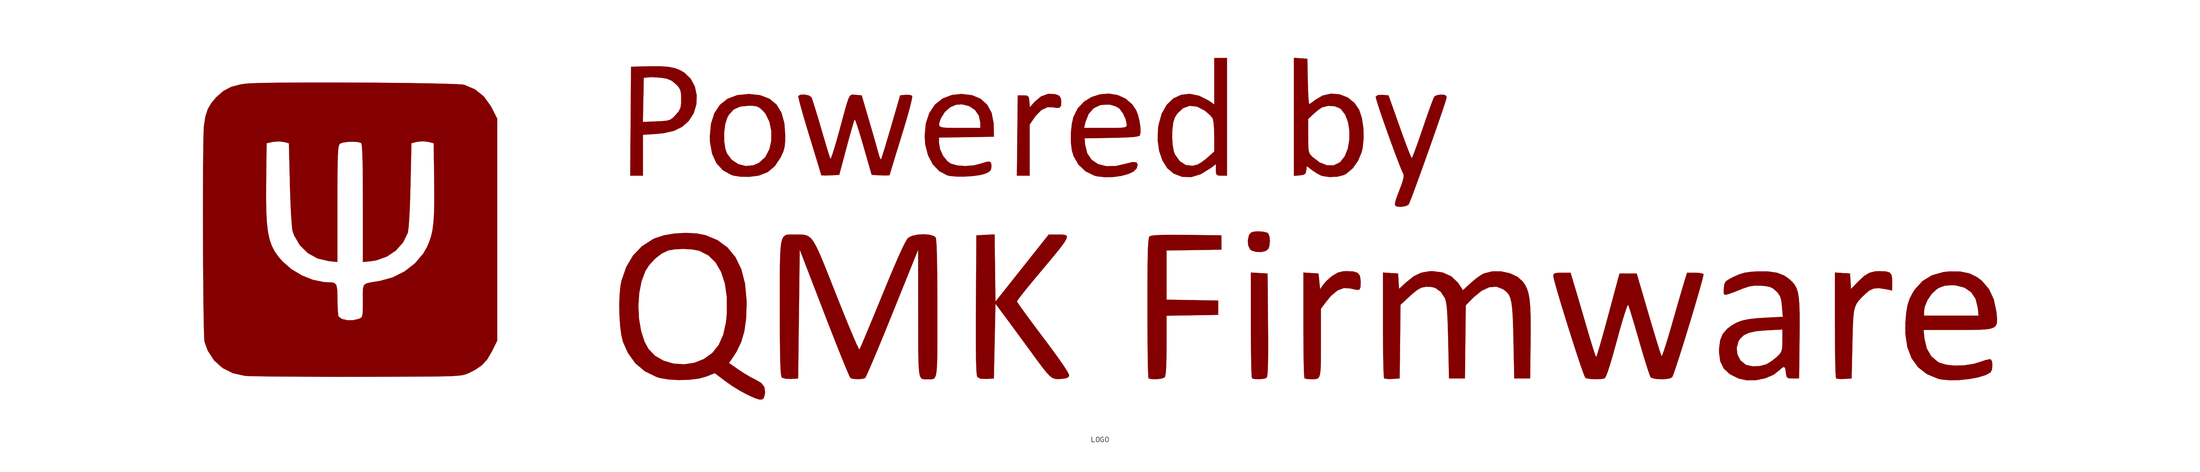
<source format=kicad_sym>
(kicad_symbol_lib
  (version 20210619)
  (generator bitmap2component)
  (symbol "LOGO"
    (pin_names
      (offset 1.016))
    (property "Reference" "#G"
      (at 0 49.354 0)
      (effects (font (size 1.27 1.27)) hide))
    (symbol "LOGO_0_0"
      (polyline (pts (xy -54.874 -29.101) (xy -54.595 -28.817) (xy -54.435 -28.266) (xy -54.385 -27.896) (xy -54.5 -26.998) (xy -55.047 -26.291) (xy -56.081 -25.693) (xy -56.841 -25.308) (xy -57.89 -24.694) (xy -58.905 -24.028) (xy -60.509 -22.903) (xy -59.737 -21.781) (xy -59.213 -20.956) (xy -58.428 -19.317) (xy -57.903 -17.498) (xy -57.61 -15.39) (xy -57.522 -12.882) (xy -57.529 -12.295) (xy -57.788 -9.454) (xy -58.412 -7.004) (xy -59.402 -4.949) (xy -60.754 -3.292) (xy -62.468 -2.033) (xy -64.543 -1.176) (xy -66.029 -0.891) (xy -67.881 -0.797) (xy -69.806 -0.91) (xy -71.608 -1.22) (xy -73.093 -1.712) (xy -73.435 -1.877) (xy -75.305 -3.077) (xy -76.801 -4.633) (xy -77.949 -6.575) (xy -78.774 -8.936) (xy -78.944 -9.818) (xy -79.091 -11.335) (xy -79.145 -13.083) (xy -79.143 -13.203) (xy -75.899 -13.203) (xy -75.757 -11.037) (xy -75.363 -9.021) (xy -74.71 -7.289) (xy -74.088 -6.309) (xy -73.075 -5.195) (xy -71.931 -4.306) (xy -70.813 -3.783) (xy -69.702 -3.591) (xy -68.263 -3.525) (xy -66.822 -3.602) (xy -65.641 -3.821) (xy -65.499 -3.866) (xy -64.007 -4.631) (xy -62.783 -5.839) (xy -61.843 -7.457) (xy -61.201 -9.451) (xy -60.872 -11.79) (xy -60.871 -14.44) (xy -61.019 -15.967) (xy -61.491 -18.108) (xy -62.264 -19.841) (xy -63.358 -21.204) (xy -64.79 -22.233) (xy -66.375 -22.862) (xy -68.157 -23.128) (xy -69.942 -23.006) (xy -71.616 -22.517) (xy -73.069 -21.679) (xy -74.188 -20.515) (xy -74.855 -19.28) (xy -75.442 -17.457) (xy -75.792 -15.387) (xy -75.899 -13.203) (xy -79.143 -13.203) (xy -79.111 -14.909) (xy -78.992 -16.659) (xy -78.792 -18.181) (xy -78.514 -19.32) (xy -77.677 -21.2) (xy -76.412 -22.959) (xy -74.8 -24.313) (xy -72.822 -25.284) (xy -72.244 -25.457) (xy -70.746 -25.709) (xy -69.022 -25.807) (xy -67.26 -25.755) (xy -65.645 -25.554) (xy -64.365 -25.205) (xy -62.933 -24.631) (xy -61.122 -26.003) (xy -61.108 -26.014) (xy -59.94 -26.826) (xy -58.618 -27.639) (xy -57.428 -28.279) (xy -57.283 -28.348) (xy -56.133 -28.866) (xy -55.358 -29.117) (xy -54.874 -29.101)) (stroke (width 0.01)) (fill (type outline)))
      (polyline (pts (xy 113.882 -25.824) (xy 115.455 -25.497) (xy 116.857 -24.904) (xy 117.922 -24.078) (xy 118.184 -23.806) (xy 118.592 -23.551) (xy 118.825 -23.781) (xy 118.945 -24.522) (xy 118.972 -24.816) (xy 119.091 -25.313) (xy 119.415 -25.504) (xy 120.11 -25.535) (xy 121.19 -25.535) (xy 121.266 -18.645) (xy 121.282 -16.685) (xy 121.279 -14.691) (xy 121.238 -13.116) (xy 121.148 -11.891) (xy 120.997 -10.95) (xy 120.774 -10.225) (xy 120.467 -9.648) (xy 120.065 -9.153) (xy 119.555 -8.671) (xy 118.656 -8.038) (xy 117.44 -7.57) (xy 115.923 -7.348) (xy 114.004 -7.348) (xy 113.148 -7.401) (xy 112.019 -7.549) (xy 111.073 -7.817) (xy 110.086 -8.255) (xy 109.786 -8.406) (xy 109.051 -8.81) (xy 108.653 -9.158) (xy 108.477 -9.588) (xy 108.406 -10.235) (xy 108.382 -10.608) (xy 108.396 -11.142) (xy 108.562 -11.322) (xy 108.946 -11.273) (xy 109.473 -11.109) (xy 110.329 -10.793) (xy 111.304 -10.399) (xy 111.641 -10.261) (xy 112.692 -9.905) (xy 113.637 -9.761) (xy 114.758 -9.78) (xy 115.374 -9.829) (xy 116.18 -9.97) (xy 116.757 -10.242) (xy 117.309 -10.72) (xy 117.595 -11.026) (xy 117.957 -11.576) (xy 118.161 -12.27) (xy 118.281 -13.306) (xy 118.421 -15.06) (xy 115.483 -15.207) (xy 114.071 -15.296) (xy 112.606 -15.461) (xy 111.469 -15.707) (xy 110.54 -16.062) (xy 109.699 -16.553) (xy 108.989 -17.093) (xy 108.218 -17.976) (xy 107.785 -19.05) (xy 107.621 -20.344) (xy 110.59 -20.344) (xy 110.898 -19.232) (xy 111.18 -18.777) (xy 111.818 -18.174) (xy 112.73 -17.757) (xy 114.001 -17.493) (xy 115.719 -17.349) (xy 118.353 -17.221) (xy 118.353 -19.096) (xy 118.353 -19.36) (xy 118.323 -20.278) (xy 118.205 -20.873) (xy 117.942 -21.322) (xy 117.475 -21.804) (xy 117.308 -21.956) (xy 116.498 -22.594) (xy 115.732 -23.073) (xy 115.629 -23.122) (xy 114.537 -23.421) (xy 113.321 -23.47) (xy 112.273 -23.253) (xy 112.091 -23.169) (xy 111.238 -22.464) (xy 110.721 -21.472) (xy 110.59 -20.344) (xy 107.621 -20.344) (xy 107.605 -20.477) (xy 107.592 -21.04) (xy 107.791 -22.613) (xy 108.389 -23.849) (xy 109.425 -24.81) (xy 110.938 -25.554) (xy 112.305 -25.849) (xy 113.882 -25.824)) (stroke (width 0.01)) (fill (type outline)))
      (polyline (pts (xy 148.396 -25.807) (xy 150.017 -25.642) (xy 151.535 -25.361) (xy 152.805 -24.98) (xy 153.684 -24.518) (xy 153.705 -24.499) (xy 153.928 -24.036) (xy 154.013 -23.348) (xy 153.956 -22.684) (xy 153.748 -22.29) (xy 153.453 -22.279) (xy 152.784 -22.428) (xy 151.924 -22.718) (xy 150.881 -23.035) (xy 149.289 -23.294) (xy 147.662 -23.352) (xy 146.178 -23.205) (xy 145.013 -22.849) (xy 144.747 -22.707) (xy 143.639 -21.759) (xy 142.87 -20.436) (xy 142.483 -18.809) (xy 142.327 -17.294) (xy 147.979 -17.294) (xy 149.853 -17.291) (xy 151.554 -17.269) (xy 152.825 -17.203) (xy 153.726 -17.069) (xy 154.314 -16.842) (xy 154.649 -16.498) (xy 154.79 -16.013) (xy 154.797 -15.363) (xy 154.727 -14.524) (xy 154.696 -14.216) (xy 154.246 -12.088) (xy 153.428 -10.338) (xy 152.23 -8.943) (xy 151.458 -8.347) (xy 150.108 -7.681) (xy 148.535 -7.361) (xy 146.618 -7.353) (xy 145.686 -7.455) (xy 143.753 -8.001) (xy 142.144 -8.978) (xy 140.863 -10.382) (xy 140.467 -10.99) (xy 139.944 -12.002) (xy 139.593 -13.089) (xy 139.417 -14.136) (xy 142.402 -14.136) (xy 142.515 -13.381) (xy 142.984 -12.237) (xy 143.709 -11.163) (xy 144.571 -10.366) (xy 145.024 -10.097) (xy 145.933 -9.778) (xy 147.082 -9.689) (xy 147.763 -9.723) (xy 149.254 -10.099) (xy 150.395 -10.876) (xy 151.162 -12.031) (xy 151.532 -13.545) (xy 151.658 -14.862) (xy 142.402 -14.862) (xy 142.402 -14.136) (xy 139.417 -14.136) (xy 139.372 -14.406) (xy 139.236 -16.106) (xy 139.231 -17.944) (xy 139.564 -20.205) (xy 140.29 -22.107) (xy 141.404 -23.641) (xy 142.902 -24.801) (xy 144.781 -25.581) (xy 145.423 -25.719) (xy 146.817 -25.838) (xy 148.396 -25.807)) (stroke (width 0.01)) (fill (type outline)))
      (polyline (pts (xy -25.968 -25.662) (xy -25.723 -25.571) (xy -25.531 -25.359) (xy -25.385 -24.981) (xy -25.279 -24.388) (xy -25.207 -23.536) (xy -25.162 -22.376) (xy -25.139 -20.863) (xy -25.13 -18.949) (xy -25.129 -16.589) (xy -25.13 -13.734) (xy -25.133 -11.656) (xy -25.148 -8.779) (xy -25.176 -6.361) (xy -25.216 -4.418) (xy -25.269 -2.967) (xy -25.334 -2.023) (xy -25.41 -1.603) (xy -25.694 -1.35) (xy -26.417 -1.124) (xy -27.379 -1.036) (xy -28.414 -1.086) (xy -29.357 -1.276) (xy -30.044 -1.603) (xy -30.23 -1.813) (xy -30.578 -2.389) (xy -31.051 -3.326) (xy -31.661 -4.653) (xy -32.422 -6.399) (xy -33.347 -8.592) (xy -34.449 -11.263) (xy -34.451 -11.269) (xy -35.31 -13.362) (xy -36.109 -15.298) (xy -36.825 -17.019) (xy -37.433 -18.468) (xy -37.908 -19.588) (xy -38.229 -20.322) (xy -38.369 -20.613) (xy -38.377 -20.614) (xy -38.541 -20.35) (xy -38.874 -19.642) (xy -39.354 -18.546) (xy -39.959 -17.114) (xy -40.666 -15.4) (xy -41.453 -13.456) (xy -42.297 -11.337) (xy -42.9 -9.809) (xy -43.796 -7.544) (xy -44.537 -5.708) (xy -45.154 -4.257) (xy -45.677 -3.144) (xy -46.136 -2.327) (xy -46.563 -1.758) (xy -46.989 -1.395) (xy -47.443 -1.19) (xy -47.956 -1.099) (xy -48.56 -1.078) (xy -49.285 -1.081) (xy -49.613 -1.078) (xy -50.165 -1.073) (xy -50.619 -1.108) (xy -50.986 -1.228) (xy -51.274 -1.479) (xy -51.493 -1.906) (xy -51.652 -2.555) (xy -51.761 -3.471) (xy -51.829 -4.699) (xy -51.866 -6.286) (xy -51.88 -8.277) (xy -51.882 -10.717) (xy -51.881 -13.652) (xy -51.881 -14.105) (xy -51.876 -16.976) (xy -51.863 -19.352) (xy -51.84 -21.269) (xy -51.806 -22.769) (xy -51.761 -23.889) (xy -51.703 -24.668) (xy -51.632 -25.144) (xy -51.544 -25.358) (xy -51.463 -25.42) (xy -50.867 -25.592) (xy -49.991 -25.615) (xy -48.773 -25.535) (xy -48.503 -3.648) (xy -44.343 -14.456) (xy -43.819 -15.813) (xy -42.96 -18.019) (xy -42.164 -20.037) (xy -41.453 -21.815) (xy -40.848 -23.299) (xy -40.37 -24.437) (xy -40.042 -25.177) (xy -39.885 -25.463) (xy -39.859 -25.479) (xy -39.364 -25.609) (xy -38.64 -25.662) (xy -38.567 -25.661) (xy -37.855 -25.599) (xy -37.4 -25.463) (xy -37.325 -25.346) (xy -37.054 -24.781) (xy -36.618 -23.798) (xy -36.04 -22.45) (xy -35.342 -20.789) (xy -34.545 -18.869) (xy -33.673 -16.74) (xy -32.748 -14.456) (xy -28.39 -3.648) (xy -28.381 -14.495) (xy -28.38 -16.851) (xy -28.378 -19.186) (xy -28.367 -21.069) (xy -28.342 -22.55) (xy -28.294 -23.675) (xy -28.218 -24.494) (xy -28.105 -25.055) (xy -27.948 -25.405) (xy -27.742 -25.593) (xy -27.478 -25.668) (xy -27.15 -25.678) (xy -26.751 -25.67) (xy -26.64 -25.671) (xy -26.271 -25.68) (xy -25.968 -25.662)) (stroke (width 0.01)) (fill (type outline)))
      (polyline (pts (xy -4.196 -25.615) (xy -3.409 -25.533) (xy -2.93 -25.355) (xy -2.748 -25.037) (xy -2.76 -24.939) (xy -3.022 -24.402) (xy -3.607 -23.479) (xy -4.497 -22.192) (xy -5.679 -20.562) (xy -7.136 -18.613) (xy -7.227 -18.493) (xy -8.394 -16.94) (xy -9.443 -15.527) (xy -10.332 -14.313) (xy -11.019 -13.354) (xy -11.462 -12.709) (xy -11.619 -12.436) (xy -11.608 -12.402) (xy -11.359 -12.033) (xy -10.825 -11.334) (xy -10.057 -10.372) (xy -9.108 -9.211) (xy -8.03 -7.916) (xy -7.813 -7.659) (xy -6.29 -5.846) (xy -5.091 -4.401) (xy -4.196 -3.282) (xy -3.584 -2.448) (xy -3.236 -1.856) (xy -3.132 -1.466) (xy -3.251 -1.235) (xy -3.574 -1.121) (xy -4.081 -1.084) (xy -4.751 -1.081) (xy -6.228 -1.081) (xy -10.747 -6.777) (xy -15.267 -12.472) (xy -15.413 -1.054) (xy -18.51 -1.216) (xy -18.58 -13.074) (xy -18.593 -15.77) (xy -18.597 -18.407) (xy -18.588 -20.564) (xy -18.566 -22.276) (xy -18.53 -23.573) (xy -18.48 -24.491) (xy -18.415 -25.06) (xy -18.334 -25.314) (xy -17.796 -25.578) (xy -16.777 -25.616) (xy -15.537 -25.535) (xy -15.267 -12.835) (xy -13.363 -15.402) (xy -12.479 -16.599) (xy -11.379 -18.095) (xy -10.237 -19.651) (xy -9.196 -21.077) (xy -8.145 -22.516) (xy -7.266 -23.691) (xy -6.591 -24.532) (xy -6.06 -25.094) (xy -5.615 -25.429) (xy -5.195 -25.592) (xy -4.742 -25.636) (xy -4.196 -25.615)) (stroke (width 0.01)) (fill (type outline)))
      (polyline (pts (xy 12.278 -25.648) (xy 13.01 -25.537) (xy 13.457 -25.346) (xy 13.552 -25.145) (xy 13.655 -24.526) (xy 13.727 -23.478) (xy 13.768 -21.965) (xy 13.781 -19.948) (xy 13.781 -14.875) (xy 18.172 -14.801) (xy 22.563 -14.727) (xy 22.563 -12.295) (xy 18.172 -12.22) (xy 13.781 -12.146) (xy 13.781 -3.796) (xy 18.442 -3.722) (xy 23.103 -3.648) (xy 23.103 -1.216) (xy 17.193 -1.143) (xy 14.989 -1.127) (xy 13.277 -1.142) (xy 12.047 -1.188) (xy 11.268 -1.266) (xy 10.91 -1.379) (xy 10.896 -1.392) (xy 10.806 -1.575) (xy 10.733 -1.945) (xy 10.673 -2.547) (xy 10.626 -3.425) (xy 10.591 -4.624) (xy 10.566 -6.186) (xy 10.55 -8.157) (xy 10.541 -10.579) (xy 10.538 -13.499) (xy 10.54 -15.17) (xy 10.549 -17.54) (xy 10.565 -19.704) (xy 10.587 -21.607) (xy 10.614 -23.193) (xy 10.646 -24.406) (xy 10.681 -25.19) (xy 10.718 -25.49) (xy 10.885 -25.578) (xy 11.492 -25.666) (xy 12.278 -25.648)) (stroke (width 0.01)) (fill (type outline)))
      (polyline (pts (xy 30.245 -25.594) (xy 30.741 -25.445) (xy 30.776 -25.41) (xy 30.866 -25.153) (xy 30.935 -24.633) (xy 30.984 -23.803) (xy 31.015 -22.617) (xy 31.029 -21.03) (xy 31.027 -18.994) (xy 31.011 -16.465) (xy 30.939 -7.701) (xy 29.521 -7.619) (xy 28.102 -7.538) (xy 28.102 -16.424) (xy 28.104 -17.827) (xy 28.116 -19.861) (xy 28.137 -21.679) (xy 28.165 -23.216) (xy 28.199 -24.406) (xy 28.239 -25.186) (xy 28.282 -25.49) (xy 28.321 -25.52) (xy 28.794 -25.636) (xy 29.516 -25.659) (xy 30.245 -25.594)) (stroke (width 0.01)) (fill (type outline)))
      (polyline (pts (xy 39.087 -25.652) (xy 39.437 -25.549) (xy 39.683 -25.297) (xy 39.843 -24.831) (xy 39.936 -24.085) (xy 39.979 -22.994) (xy 39.991 -21.494) (xy 39.992 -19.518) (xy 39.992 -13.695) (xy 41.05 -12.293) (xy 41.703 -11.509) (xy 42.806 -10.584) (xy 43.913 -10.171) (xy 45.058 -10.254) (xy 45.344 -10.332) (xy 46.132 -10.502) (xy 46.551 -10.417) (xy 46.717 -10.007) (xy 46.747 -9.197) (xy 46.742 -8.904) (xy 46.613 -8.086) (xy 46.239 -7.596) (xy 45.524 -7.358) (xy 44.373 -7.296) (xy 43.767 -7.322) (xy 42.854 -7.55) (xy 41.933 -8.101) (xy 41.596 -8.362) (xy 40.855 -9.038) (xy 40.339 -9.647) (xy 39.856 -10.388) (xy 39.586 -7.701) (xy 38.303 -7.619) (xy 37.019 -7.536) (xy 37.019 -16.423) (xy 37.021 -17.827) (xy 37.033 -19.861) (xy 37.054 -21.679) (xy 37.082 -23.216) (xy 37.117 -24.406) (xy 37.156 -25.186) (xy 37.199 -25.49) (xy 37.207 -25.497) (xy 37.598 -25.62) (xy 38.258 -25.67) (xy 38.614 -25.672) (xy 39.087 -25.652)) (stroke (width 0.01)) (fill (type outline)))
      (polyline (pts (xy 52.141 -25.615) (xy 53.367 -25.535) (xy 53.512 -13.019) (xy 55.144 -11.509) (xy 55.447 -11.231) (xy 56.332 -10.506) (xy 57.073 -10.102) (xy 57.832 -9.953) (xy 58.771 -9.989) (xy 59.425 -10.163) (xy 60.335 -10.815) (xy 61.02 -11.843) (xy 61.085 -11.999) (xy 61.224 -12.488) (xy 61.334 -13.167) (xy 61.422 -14.106) (xy 61.493 -15.375) (xy 61.553 -17.045) (xy 61.606 -19.185) (xy 61.744 -25.535) (xy 64.446 -25.535) (xy 64.591 -13.115) (xy 65.734 -11.94) (xy 65.923 -11.751) (xy 67.289 -10.636) (xy 68.591 -10.032) (xy 69.811 -9.944) (xy 70.931 -10.379) (xy 71.125 -10.51) (xy 71.555 -10.862) (xy 71.891 -11.284) (xy 72.147 -11.844) (xy 72.334 -12.608) (xy 72.469 -13.643) (xy 72.563 -15.017) (xy 72.631 -16.797) (xy 72.686 -19.05) (xy 72.822 -25.535) (xy 75.525 -25.535) (xy 75.597 -19.069) (xy 75.611 -17.119) (xy 75.598 -15.07) (xy 75.54 -13.437) (xy 75.43 -12.149) (xy 75.256 -11.137) (xy 75.01 -10.331) (xy 74.684 -9.662) (xy 74.267 -9.061) (xy 73.379 -8.272) (xy 72.087 -7.661) (xy 70.602 -7.338) (xy 69.083 -7.335) (xy 67.685 -7.685) (xy 67.128 -7.991) (xy 66.278 -8.593) (xy 65.434 -9.308) (xy 64.115 -10.543) (xy 63.384 -9.438) (xy 63.238 -9.23) (xy 62.129 -8.182) (xy 60.686 -7.53) (xy 58.965 -7.302) (xy 58.425 -7.315) (xy 57.037 -7.558) (xy 55.778 -8.158) (xy 54.48 -9.187) (xy 53.263 -10.308) (xy 53.097 -7.701) (xy 51.813 -7.619) (xy 50.53 -7.536) (xy 50.53 -16.423) (xy 50.532 -17.825) (xy 50.545 -19.861) (xy 50.567 -21.68) (xy 50.597 -23.219) (xy 50.634 -24.413) (xy 50.676 -25.195) (xy 50.722 -25.503) (xy 50.828 -25.554) (xy 51.364 -25.624) (xy 52.141 -25.615)) (stroke (width 0.01)) (fill (type outline)))
      (polyline (pts (xy 98.384 -25.652) (xy 99.206 -25.535) (xy 99.635 -25.332) (xy 99.76 -25.062) (xy 100.025 -24.336) (xy 100.394 -23.239) (xy 100.847 -21.845) (xy 101.359 -20.228) (xy 101.908 -18.462) (xy 102.473 -16.62) (xy 103.03 -14.777) (xy 103.557 -13.005) (xy 104.032 -11.379) (xy 104.433 -9.973) (xy 104.736 -8.861) (xy 104.92 -8.115) (xy 104.962 -7.811) (xy 104.835 -7.729) (xy 104.285 -7.612) (xy 103.486 -7.566) (xy 102.162 -7.566) (xy 101.644 -9.255) (xy 101.618 -9.34) (xy 101.365 -10.19) (xy 101.001 -11.434) (xy 100.559 -12.96) (xy 100.07 -14.659) (xy 99.567 -16.421) (xy 99.403 -16.996) (xy 98.945 -18.548) (xy 98.537 -19.873) (xy 98.202 -20.896) (xy 97.963 -21.545) (xy 97.845 -21.747) (xy 97.73 -21.459) (xy 97.485 -20.721) (xy 97.133 -19.602) (xy 96.696 -18.17) (xy 96.194 -16.496) (xy 95.649 -14.648) (xy 93.616 -7.701) (xy 90.687 -7.701) (xy 88.785 -14.794) (xy 88.757 -14.898) (xy 88.254 -16.754) (xy 87.791 -18.423) (xy 87.388 -19.838) (xy 87.064 -20.932) (xy 86.84 -21.637) (xy 86.733 -21.887) (xy 86.73 -21.886) (xy 86.604 -21.611) (xy 86.358 -20.9) (xy 86.017 -19.834) (xy 85.608 -18.493) (xy 85.156 -16.956) (xy 84.752 -15.565) (xy 84.243 -13.819) (xy 83.764 -12.185) (xy 83.355 -10.798) (xy 83.055 -9.795) (xy 82.382 -7.566) (xy 80.912 -7.566) (xy 80.503 -7.57) (xy 79.83 -7.624) (xy 79.518 -7.777) (xy 79.442 -8.073) (xy 79.473 -8.288) (xy 79.643 -8.993) (xy 79.939 -10.073) (xy 80.34 -11.454) (xy 80.821 -13.062) (xy 81.359 -14.822) (xy 81.931 -16.66) (xy 82.513 -18.501) (xy 83.082 -20.27) (xy 83.614 -21.894) (xy 84.086 -23.298) (xy 84.475 -24.407) (xy 84.757 -25.147) (xy 84.908 -25.443) (xy 85.142 -25.529) (xy 85.843 -25.628) (xy 86.73 -25.663) (xy 87.58 -25.628) (xy 88.171 -25.518) (xy 88.381 -25.201) (xy 88.703 -24.374) (xy 89.129 -23.057) (xy 89.653 -21.266) (xy 90.27 -19.021) (xy 90.602 -17.802) (xy 91.069 -16.159) (xy 91.478 -14.8) (xy 91.81 -13.785) (xy 92.047 -13.175) (xy 92.17 -13.029) (xy 92.212 -13.13) (xy 92.4 -13.693) (xy 92.701 -14.66) (xy 93.09 -15.951) (xy 93.542 -17.487) (xy 94.035 -19.188) (xy 94.262 -19.974) (xy 94.746 -21.609) (xy 95.186 -23.042) (xy 95.555 -24.193) (xy 95.829 -24.983) (xy 95.982 -25.332) (xy 96.173 -25.455) (xy 96.846 -25.612) (xy 97.817 -25.67) (xy 98.384 -25.652)) (stroke (width 0.01)) (fill (type outline)))
      (polyline (pts (xy 128.881 -25.615) (xy 130.107 -25.535) (xy 130.243 -19.59) (xy 130.275 -18.152) (xy 130.325 -16.451) (xy 130.395 -15.15) (xy 130.509 -14.166) (xy 130.688 -13.417) (xy 130.955 -12.82) (xy 131.331 -12.291) (xy 131.839 -11.748) (xy 132.5 -11.108) (xy 133.053 -10.641) (xy 133.826 -10.267) (xy 134.746 -10.192) (xy 135.985 -10.382) (xy 136.998 -10.598) (xy 136.998 -9.114) (xy 136.988 -8.608) (xy 136.872 -7.908) (xy 136.537 -7.515) (xy 135.877 -7.341) (xy 134.786 -7.299) (xy 134.109 -7.332) (xy 133.134 -7.577) (xy 132.221 -8.131) (xy 131.207 -9.076) (xy 130.005 -10.331) (xy 129.921 -9.016) (xy 129.837 -7.701) (xy 128.554 -7.619) (xy 127.27 -7.536) (xy 127.27 -16.423) (xy 127.273 -17.825) (xy 127.285 -19.861) (xy 127.307 -21.68) (xy 127.337 -23.219) (xy 127.374 -24.413) (xy 127.416 -25.195) (xy 127.463 -25.503) (xy 127.569 -25.554) (xy 128.104 -25.624) (xy 128.881 -25.615)) (stroke (width 0.01)) (fill (type outline)))
      (polyline (pts (xy -123.487 -25.246) (xy -120.521 -25.242) (xy -117.446 -25.236) (xy -114.834 -25.228) (xy -112.643 -25.217) (xy -110.833 -25.202) (xy -109.36 -25.18) (xy -108.183 -25.151) (xy -107.261 -25.114) (xy -106.551 -25.066) (xy -106.012 -25.007) (xy -105.601 -24.935) (xy -105.277 -24.848) (xy -104.998 -24.746) (xy -104.722 -24.627) (xy -103.69 -24.12) (xy -102.475 -23.293) (xy -101.545 -22.267) (xy -100.748 -20.897) (xy -99.862 -19.099) (xy -99.862 18.601) (xy -100.801 20.447) (xy -100.962 20.75) (xy -102.146 22.386) (xy -103.648 23.585) (xy -105.476 24.357) (xy -105.669 24.389) (xy -106.413 24.446) (xy -107.611 24.499) (xy -109.206 24.547) (xy -111.142 24.591) (xy -113.362 24.63) (xy -115.81 24.664) (xy -118.43 24.693) (xy -121.165 24.716) (xy -123.959 24.733) (xy -126.755 24.743) (xy -129.498 24.747) (xy -132.13 24.744) (xy -134.596 24.733) (xy -136.839 24.715) (xy -138.803 24.689) (xy -140.431 24.655) (xy -141.666 24.612) (xy -142.454 24.561) (xy -143.449 24.426) (xy -145.054 24.001) (xy -146.378 23.297) (xy -147.574 22.248) (xy -148.37 21.315) (xy -149.017 20.222) (xy -149.423 18.961) (xy -149.669 17.349) (xy -149.702 16.847) (xy -149.737 15.804) (xy -149.767 14.348) (xy -149.791 12.536) (xy -149.809 10.423) (xy -149.822 8.065) (xy -149.829 5.519) (xy -149.829 5.175) (xy -139.118 5.175) (xy -139.102 7.959) (xy -139.024 14.432) (xy -137.986 14.648) (xy -137.895 14.665) (xy -136.949 14.735) (xy -136.094 14.643) (xy -135.242 14.423) (xy -135.071 7.414) (xy -135.024 5.796) (xy -134.953 3.953) (xy -134.87 2.313) (xy -134.78 0.959) (xy -134.689 -0.023) (xy -134.601 -0.55) (xy -134.347 -1.246) (xy -133.372 -2.92) (xy -132.029 -4.236) (xy -130.379 -5.146) (xy -128.48 -5.597) (xy -127 -5.75) (xy -127 4.117) (xy -127 4.62) (xy -126.997 7.127) (xy -126.988 9.155) (xy -126.97 10.757) (xy -126.942 11.985) (xy -126.901 12.891) (xy -126.845 13.527) (xy -126.772 13.948) (xy -126.679 14.203) (xy -126.564 14.347) (xy -126.135 14.522) (xy -125.331 14.647) (xy -124.394 14.687) (xy -123.54 14.633) (xy -122.982 14.478) (xy -122.905 14.289) (xy -122.832 13.72) (xy -122.774 12.746) (xy -122.73 11.342) (xy -122.7 9.479) (xy -122.682 7.131) (xy -122.677 4.27) (xy -122.677 -5.75) (xy -121.197 -5.597) (xy -120.362 -5.461) (xy -118.603 -4.827) (xy -117.071 -3.797) (xy -115.862 -2.444) (xy -115.069 -0.841) (xy -115.023 -0.648) (xy -114.919 0.153) (xy -114.821 1.408) (xy -114.732 3.055) (xy -114.655 5.035) (xy -114.593 7.286) (xy -114.435 14.437) (xy -113.46 14.667) (xy -112.526 14.762) (xy -111.569 14.66) (xy -110.652 14.422) (xy -110.571 7.954) (xy -110.556 6.306) (xy -110.56 4.107) (xy -110.607 2.32) (xy -110.706 0.865) (xy -110.864 -0.334) (xy -111.091 -1.357) (xy -111.395 -2.282) (xy -111.784 -3.188) (xy -112.44 -4.335) (xy -113.842 -5.98) (xy -115.601 -7.346) (xy -117.619 -8.364) (xy -119.798 -8.963) (xy -120.368 -9.053) (xy -121.447 -9.225) (xy -122.128 -9.406) (xy -122.502 -9.701) (xy -122.659 -10.213) (xy -122.687 -11.047) (xy -122.677 -12.306) (xy -122.677 -13.038) (xy -122.693 -14.06) (xy -122.746 -14.702) (xy -122.861 -15.071) (xy -123.061 -15.271) (xy -123.37 -15.409) (xy -124.338 -15.631) (xy -125.363 -15.631) (xy -126.243 -15.421) (xy -126.793 -15.024) (xy -126.843 -14.865) (xy -126.921 -14.235) (xy -126.975 -13.275) (xy -126.996 -12.121) (xy -127 -11.354) (xy -127.044 -10.323) (xy -127.181 -9.685) (xy -127.468 -9.346) (xy -127.96 -9.21) (xy -128.711 -9.184) (xy -129.294 -9.156) (xy -131.146 -8.78) (xy -133.035 -8.028) (xy -134.8 -6.974) (xy -136.279 -5.693) (xy -136.99 -4.879) (xy -137.631 -3.982) (xy -138.137 -3.018) (xy -138.52 -1.918) (xy -138.796 -0.616) (xy -138.979 0.955) (xy -139.081 2.863) (xy -139.118 5.175) (xy -149.829 5.175) (xy -149.831 2.841) (xy -149.828 0.087) (xy -149.821 -2.688) (xy -149.809 -5.427) (xy -149.792 -8.074) (xy -149.771 -10.573) (xy -149.746 -12.868) (xy -149.717 -14.903) (xy -149.684 -16.622) (xy -149.647 -17.968) (xy -149.607 -18.886) (xy -149.563 -19.32) (xy -149.028 -20.796) (xy -147.959 -22.454) (xy -146.518 -23.748) (xy -144.749 -24.64) (xy -142.699 -25.091) (xy -142.614 -25.099) (xy -141.919 -25.129) (xy -140.746 -25.157) (xy -139.148 -25.182) (xy -137.175 -25.204) (xy -134.878 -25.221) (xy -132.31 -25.235) (xy -129.521 -25.244) (xy -126.563 -25.248) (xy -123.487 -25.246)) (stroke (width 0.01)) (fill (type outline)))
      (polyline (pts (xy 30.606 -3.886) (xy 31.065 -3.53) (xy 31.234 -3.064) (xy 31.334 -2.22) (xy 31.262 -1.406) (xy 31.02 -0.865) (xy 30.864 -0.768) (xy 30.241 -0.605) (xy 29.409 -0.54) (xy 28.759 -0.567) (xy 28.166 -0.722) (xy 27.841 -1.063) (xy 27.771 -1.212) (xy 27.578 -2.085) (xy 27.654 -2.974) (xy 27.986 -3.629) (xy 28.25 -3.816) (xy 28.991 -4.035) (xy 29.845 -4.056) (xy 30.606 -3.886)) (stroke (width 0.01)) (fill (type outline)))
      (polyline (pts (xy 54.405 3.753) (xy 54.878 3.991) (xy 54.887 4.003) (xy 55.056 4.376) (xy 55.372 5.179) (xy 55.809 6.341) (xy 56.343 7.789) (xy 56.947 9.452) (xy 57.596 11.258) (xy 58.264 13.134) (xy 58.926 15.008) (xy 59.557 16.809) (xy 60.13 18.464) (xy 60.62 19.902) (xy 61.002 21.05) (xy 61.25 21.837) (xy 61.338 22.19) (xy 61.319 22.37) (xy 61.07 22.628) (xy 60.426 22.698) (xy 60.374 22.697) (xy 59.683 22.592) (xy 59.252 22.36) (xy 59.24 22.343) (xy 59.057 21.933) (xy 58.739 21.105) (xy 58.316 19.944) (xy 57.82 18.532) (xy 57.281 16.956) (xy 57.192 16.692) (xy 56.668 15.17) (xy 56.2 13.851) (xy 55.816 12.814) (xy 55.545 12.136) (xy 55.415 11.893) (xy 55.391 11.918) (xy 55.209 12.305) (xy 54.887 13.105) (xy 54.453 14.242) (xy 53.937 15.642) (xy 53.367 17.23) (xy 51.475 22.563) (xy 50.46 22.647) (xy 49.669 22.618) (xy 49.298 22.348) (xy 49.314 22.196) (xy 49.477 21.594) (xy 49.783 20.625) (xy 50.202 19.371) (xy 50.703 17.916) (xy 51.257 16.346) (xy 51.834 14.742) (xy 52.403 13.191) (xy 52.934 11.774) (xy 53.399 10.577) (xy 53.766 9.682) (xy 54.005 9.175) (xy 54.019 9.148) (xy 54.033 8.642) (xy 53.795 7.729) (xy 53.295 6.378) (xy 53.149 6.011) (xy 52.767 4.986) (xy 52.581 4.331) (xy 52.573 3.95) (xy 52.72 3.748) (xy 52.996 3.652) (xy 53.682 3.63) (xy 54.405 3.753)) (stroke (width 0.01)) (fill (type outline)))
      (polyline (pts (xy -55.441 8.931) (xy -53.933 9.527) (xy -52.727 10.536) (xy -51.76 11.995) (xy -51.636 12.24) (xy -51.276 13.05) (xy -51.072 13.797) (xy -50.982 14.682) (xy -50.966 15.905) (xy -51.108 17.808) (xy -51.598 19.605) (xy -52.441 20.997) (xy -53.645 21.99) (xy -55.212 22.588) (xy -57.15 22.799) (xy -59.113 22.603) (xy -60.755 21.984) (xy -62.055 20.955) (xy -62.999 19.531) (xy -63.575 17.725) (xy -63.708 16.242) (xy -61.336 16.242) (xy -61.161 17.64) (xy -60.804 18.768) (xy -60.513 19.29) (xy -59.703 20.165) (xy -58.611 20.654) (xy -57.149 20.806) (xy -56.596 20.798) (xy -55.855 20.705) (xy -55.309 20.442) (xy -54.733 19.928) (xy -54.308 19.416) (xy -53.655 18.086) (xy -53.324 16.49) (xy -53.351 14.765) (xy -53.654 13.411) (xy -54.372 12.049) (xy -55.459 11.077) (xy -56.363 10.684) (xy -57.667 10.56) (xy -58.936 10.881) (xy -60.043 11.609) (xy -60.865 12.705) (xy -61.132 13.466) (xy -61.327 14.781) (xy -61.336 16.242) (xy -63.708 16.242) (xy -63.77 15.551) (xy -63.735 14.591) (xy -63.381 12.627) (xy -62.652 11.04) (xy -61.553 9.838) (xy -60.089 9.03) (xy -59.717 8.919) (xy -58.536 8.742) (xy -57.124 8.716) (xy -55.441 8.931)) (stroke (width 0.01)) (fill (type outline)))
      (polyline (pts (xy -19.103 8.85) (xy -17.861 9.024) (xy -16.956 9.274) (xy -16.371 9.563) (xy -16.026 9.944) (xy -15.943 10.524) (xy -15.944 10.624) (xy -16.023 11.113) (xy -16.298 11.315) (xy -16.869 11.251) (xy -17.834 10.944) (xy -18.939 10.671) (xy -20.372 10.555) (xy -21.748 10.654) (xy -22.848 10.969) (xy -23.427 11.373) (xy -24.151 12.276) (xy -24.665 13.394) (xy -24.86 14.535) (xy -24.86 15.389) (xy -15.537 15.537) (xy -15.556 17.309) (xy -15.576 17.82) (xy -15.914 19.567) (xy -16.653 20.959) (xy -17.772 21.975) (xy -19.252 22.596) (xy -21.073 22.802) (xy -22.656 22.631) (xy -24.26 22.019) (xy -25.55 20.99) (xy -26.501 19.572) (xy -27.09 17.792) (xy -27.115 17.533) (xy -24.852 17.533) (xy -24.788 17.954) (xy -24.572 18.559) (xy -24.517 18.697) (xy -23.86 19.736) (xy -22.949 20.546) (xy -21.949 20.973) (xy -20.957 21.034) (xy -19.736 20.737) (xy -18.744 20.069) (xy -18.079 19.1) (xy -17.835 17.902) (xy -17.834 17.023) (xy -21.347 17.023) (xy -22.186 17.024) (xy -23.432 17.042) (xy -24.245 17.111) (xy -24.695 17.263) (xy -24.852 17.533) (xy -27.115 17.533) (xy -27.291 15.678) (xy -27.188 14.207) (xy -26.727 12.391) (xy -25.931 10.871) (xy -24.837 9.711) (xy -23.483 8.979) (xy -22.977 8.861) (xy -21.848 8.76) (xy -20.494 8.759) (xy -19.103 8.85)) (stroke (width 0.01)) (fill (type outline)))
      (polyline (pts (xy 4.734 8.687) (xy 6.091 8.875) (xy 7.289 9.197) (xy 8.203 9.63) (xy 8.706 10.154) (xy 8.886 10.789) (xy 8.686 11.176) (xy 8.061 11.241) (xy 7.004 10.988) (xy 5.225 10.571) (xy 3.549 10.53) (xy 2.146 10.888) (xy 1.054 11.629) (xy 0.313 12.734) (xy -0.039 14.186) (xy -0.135 15.267) (xy 4.447 15.341) (xy 5.489 15.362) (xy 7.114 15.418) (xy 8.257 15.499) (xy 8.957 15.608) (xy 9.252 15.747) (xy 9.259 15.758) (xy 9.372 16.298) (xy 9.34 17.169) (xy 9.189 18.197) (xy 8.944 19.208) (xy 8.631 20.026) (xy 7.969 21.021) (xy 6.83 22.008) (xy 5.478 22.617) (xy 4.004 22.86) (xy 2.499 22.745) (xy 1.052 22.282) (xy -0.245 21.48) (xy -1.303 20.349) (xy -2.032 18.899) (xy -2.303 17.716) (xy -2.373 17.023) (xy -0.213 17.023) (xy 0.001 17.975) (xy 0.009 18.009) (xy 0.552 19.399) (xy 1.422 20.383) (xy 2.576 20.928) (xy 3.974 21.003) (xy 4.232 20.965) (xy 5.096 20.715) (xy 5.723 20.366) (xy 5.807 20.286) (xy 6.398 19.48) (xy 6.847 18.483) (xy 7.026 17.573) (xy 7.026 17.559) (xy 6.995 17.342) (xy 6.848 17.193) (xy 6.501 17.099) (xy 5.868 17.049) (xy 4.865 17.027) (xy 3.406 17.023) (xy -0.213 17.023) (xy -2.373 17.023) (xy -2.459 16.167) (xy -2.461 14.582) (xy -2.298 13.212) (xy -1.995 12.219) (xy -1.151 10.765) (xy 0.049 9.637) (xy 1.526 8.924) (xy 2.045 8.797) (xy 3.343 8.654) (xy 4.734 8.687)) (stroke (width 0.01)) (fill (type outline)))
      (polyline (pts (xy 19.604 9.173) (xy 21.279 10.205) (xy 22.157 10.873) (xy 22.157 9.895) (xy 22.158 9.761) (xy 22.214 9.183) (xy 22.477 8.956) (xy 23.103 8.917) (xy 24.049 8.917) (xy 24.049 28.913) (xy 21.887 28.913) (xy 21.887 21.011) (xy 21.279 21.448) (xy 20.986 21.65) (xy 19.328 22.492) (xy 17.729 22.82) (xy 16.241 22.657) (xy 14.915 22.026) (xy 13.803 20.949) (xy 12.956 19.45) (xy 12.428 17.552) (xy 12.348 17.005) (xy 12.286 15.412) (xy 14.736 15.412) (xy 14.771 16.764) (xy 14.926 17.964) (xy 15.202 18.823) (xy 15.636 19.5) (xy 16.602 20.391) (xy 17.724 20.78) (xy 18.945 20.656) (xy 20.211 20.004) (xy 20.573 19.725) (xy 21.22 19.14) (xy 21.603 18.671) (xy 21.667 18.487) (xy 21.78 17.782) (xy 21.858 16.765) (xy 21.887 15.586) (xy 21.887 13.033) (xy 20.792 12.044) (xy 20.367 11.682) (xy 19.609 11.126) (xy 19.018 10.796) (xy 18.176 10.591) (xy 17.037 10.731) (xy 16.038 11.379) (xy 15.212 12.521) (xy 15.03 12.997) (xy 14.823 14.094) (xy 14.736 15.412) (xy 12.286 15.412) (xy 12.27 14.995) (xy 12.523 13.13) (xy 13.08 11.495) (xy 13.914 10.178) (xy 14.998 9.267) (xy 16.448 8.715) (xy 17.994 8.677) (xy 19.604 9.173)) (stroke (width 0.01)) (fill (type outline)))
      (polyline (pts (xy 42.76 8.739) (xy 43.855 9.012) (xy 44.324 9.254) (xy 45.392 10.162) (xy 46.289 11.418) (xy 46.91 12.89) (xy 47.078 13.607) (xy 47.252 15.292) (xy 47.202 17.076) (xy 46.939 18.758) (xy 46.475 20.135) (xy 45.697 21.281) (xy 44.537 22.206) (xy 43.172 22.738) (xy 41.713 22.855) (xy 40.27 22.531) (xy 38.952 21.745) (xy 38.807 21.626) (xy 38.289 21.235) (xy 38.001 21.077) (xy 37.978 21.116) (xy 37.916 21.553) (xy 37.858 22.398) (xy 37.807 23.555) (xy 37.77 24.927) (xy 37.695 28.778) (xy 35.398 28.944) (xy 35.398 18.539) (xy 37.83 18.539) (xy 38.708 19.37) (xy 38.911 19.556) (xy 39.608 20.127) (xy 40.176 20.504) (xy 40.227 20.529) (xy 41.222 20.78) (xy 42.305 20.721) (xy 43.203 20.365) (xy 43.392 20.218) (xy 44.114 19.282) (xy 44.593 18.019) (xy 44.828 16.556) (xy 44.819 15.021) (xy 44.563 13.543) (xy 44.059 12.25) (xy 43.306 11.27) (xy 43.197 11.178) (xy 42.185 10.686) (xy 41.035 10.681) (xy 39.811 11.153) (xy 38.573 12.092) (xy 38.412 12.249) (xy 38.136 12.576) (xy 37.964 12.962) (xy 37.873 13.525) (xy 37.836 14.388) (xy 37.83 15.67) (xy 37.83 18.539) (xy 35.398 18.539) (xy 35.398 8.884) (xy 36.411 8.968) (xy 37.023 9.057) (xy 37.378 9.293) (xy 37.51 9.795) (xy 37.596 10.538) (xy 38.464 9.876) (xy 38.577 9.791) (xy 39.337 9.292) (xy 40 8.947) (xy 40.313 8.845) (xy 41.483 8.682) (xy 42.76 8.739)) (stroke (width 0.01)) (fill (type outline)))
      (polyline (pts (xy -75.119 15.866) (xy -72.868 16.007) (xy -71.585 16.135) (xy -69.851 16.537) (xy -68.472 17.211) (xy -67.362 18.191) (xy -66.504 19.524) (xy -66.051 21.027) (xy -65.992 22.582) (xy -66.317 24.075) (xy -67.017 25.39) (xy -68.082 26.413) (xy -68.738 26.803) (xy -69.686 27.181) (xy -70.818 27.409) (xy -72.251 27.509) (xy -74.1 27.503) (xy -77.146 27.427) (xy -77.218 18.048) (xy -75.135 18.048) (xy -74.984 25.535) (xy -74.181 25.626) (xy -73.813 25.646) (xy -72.901 25.622) (xy -71.899 25.533) (xy -71.051 25.382) (xy -70.248 25.051) (xy -69.527 24.455) (xy -69.108 24.007) (xy -68.796 23.501) (xy -68.662 22.871) (xy -68.634 21.91) (xy -68.65 21.141) (xy -68.757 20.432) (xy -69.035 19.875) (xy -69.559 19.249) (xy -70.026 18.762) (xy -70.436 18.457) (xy -70.937 18.287) (xy -71.678 18.199) (xy -72.809 18.144) (xy -75.135 18.048) (xy -77.218 18.048) (xy -77.288 8.917) (xy -75.119 8.917) (xy -75.119 15.866)) (stroke (width 0.01)) (fill (type outline)))
      (polyline (pts (xy -43.323 8.971) (xy -41.791 9.052) (xy -40.554 13.691) (xy -40.195 15.02) (xy -39.821 16.365) (xy -39.51 17.446) (xy -39.285 18.178) (xy -39.173 18.473) (xy -39.058 18.275) (xy -38.823 17.634) (xy -38.495 16.628) (xy -38.098 15.335) (xy -37.658 13.834) (xy -36.287 9.052) (xy -34.762 8.971) (xy -34.112 8.949) (xy -33.48 8.96) (xy -33.236 9.015) (xy -33.181 9.222) (xy -32.985 9.885) (xy -32.668 10.934) (xy -32.251 12.299) (xy -31.755 13.909) (xy -31.202 15.696) (xy -30.862 16.806) (xy -30.315 18.649) (xy -29.882 20.193) (xy -29.578 21.384) (xy -29.417 22.169) (xy -29.412 22.494) (xy -29.426 22.507) (xy -29.868 22.643) (xy -30.553 22.65) (xy -31.451 22.563) (xy -33.013 17.187) (xy -33.145 16.734) (xy -33.609 15.158) (xy -34.022 13.786) (xy -34.358 12.697) (xy -34.593 11.97) (xy -34.704 11.682) (xy -34.759 11.701) (xy -34.933 12.061) (xy -35.14 12.735) (xy -35.232 13.078) (xy -35.488 13.994) (xy -35.843 15.239) (xy -36.263 16.694) (xy -36.713 18.239) (xy -37.98 22.563) (xy -38.988 22.647) (xy -39.007 22.648) (xy -39.357 22.686) (xy -39.63 22.689) (xy -39.855 22.596) (xy -40.059 22.346) (xy -40.272 21.88) (xy -40.52 21.137) (xy -40.832 20.055) (xy -41.235 18.575) (xy -41.758 16.636) (xy -41.831 16.363) (xy -42.256 14.843) (xy -42.638 13.55) (xy -42.953 12.557) (xy -43.178 11.94) (xy -43.291 11.772) (xy -43.41 12.1) (xy -43.652 12.861) (xy -43.991 13.971) (xy -44.399 15.342) (xy -44.851 16.888) (xy -45.299 18.412) (xy -45.725 19.826) (xy -46.088 20.993) (xy -46.361 21.823) (xy -46.514 22.225) (xy -46.55 22.281) (xy -47.008 22.561) (xy -47.686 22.702) (xy -48.346 22.68) (xy -48.748 22.468) (xy -48.727 22.239) (xy -48.569 21.552) (xy -48.284 20.48) (xy -47.893 19.096) (xy -47.416 17.472) (xy -46.873 15.679) (xy -46.406 14.159) (xy -45.905 12.517) (xy -45.477 11.11) (xy -45.146 10.009) (xy -44.931 9.284) (xy -44.855 9.005) (xy -44.707 8.964) (xy -44.151 8.946) (xy -43.323 8.971)) (stroke (width 0.01)) (fill (type outline)))
      (polyline (pts (xy -9.457 17.602) (xy -8.616 18.825) (xy -8.437 19.073) (xy -7.449 20.078) (xy -6.399 20.558) (xy -5.302 20.507) (xy -5.058 20.445) (xy -4.42 20.439) (xy -4.12 20.818) (xy -4.101 21.635) (xy -4.173 22.082) (xy -4.452 22.515) (xy -5.089 22.763) (xy -6.309 22.825) (xy -7.526 22.387) (xy -8.617 21.474) (xy -9.426 20.553) (xy -9.509 21.558) (xy -9.521 21.697) (xy -9.629 22.285) (xy -9.913 22.52) (xy -10.538 22.563) (xy -11.484 22.563) (xy -11.628 8.917) (xy -9.457 8.917) (xy -9.457 17.602)) (stroke (width 0.01)) (fill (type outline))))))
</source>
